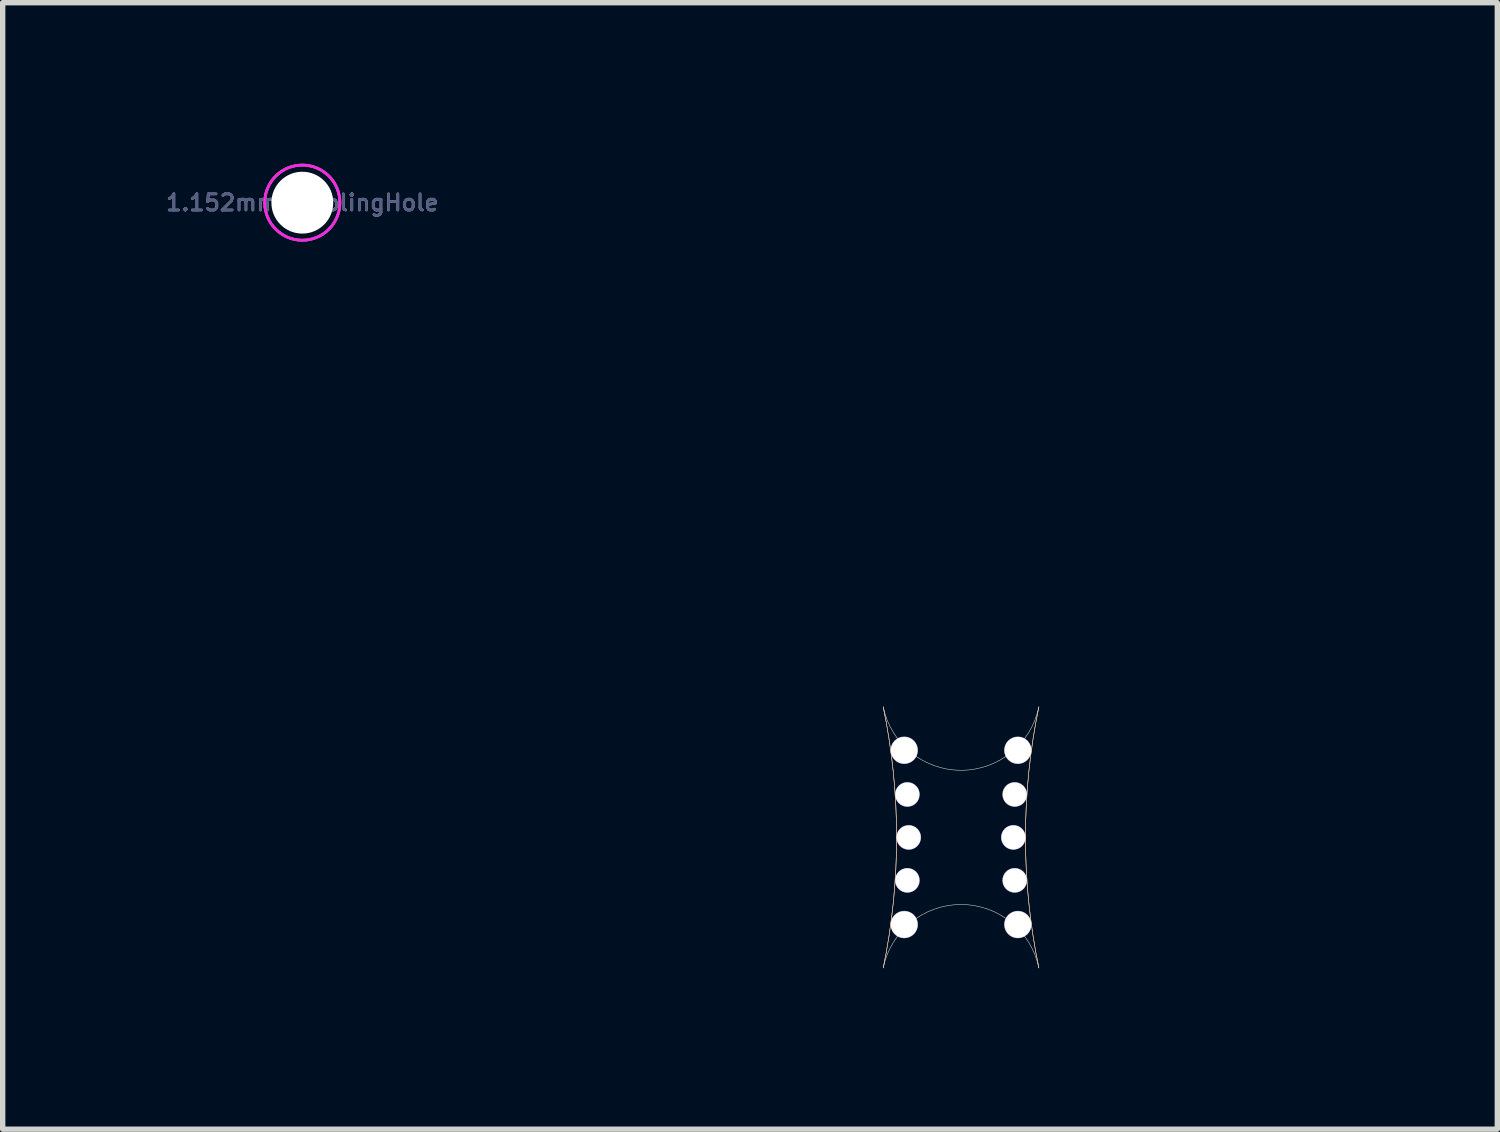
<source format=kicad_pcb>
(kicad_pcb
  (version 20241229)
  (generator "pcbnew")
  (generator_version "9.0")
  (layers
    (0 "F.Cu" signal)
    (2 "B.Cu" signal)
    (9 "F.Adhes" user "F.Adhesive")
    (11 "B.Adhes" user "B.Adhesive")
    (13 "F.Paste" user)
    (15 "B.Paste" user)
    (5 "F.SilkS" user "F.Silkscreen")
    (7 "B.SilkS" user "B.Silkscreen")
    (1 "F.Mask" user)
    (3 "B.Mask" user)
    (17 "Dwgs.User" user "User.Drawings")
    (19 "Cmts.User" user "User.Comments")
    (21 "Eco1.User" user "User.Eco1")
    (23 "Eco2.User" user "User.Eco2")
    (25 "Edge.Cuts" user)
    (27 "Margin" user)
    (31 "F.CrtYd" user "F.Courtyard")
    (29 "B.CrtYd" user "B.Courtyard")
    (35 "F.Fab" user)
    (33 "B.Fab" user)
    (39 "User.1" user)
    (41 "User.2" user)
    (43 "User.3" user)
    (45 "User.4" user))
  (footprint "24mm-roundTabs"
    (layer "F.Cu")
    (at 14.851 12.548)
    (property "Reference" "24mm-roundTabs" (at 0.15 -11.7 0) (unlocked yes) (layer "Eco2.User") (effects (font (size 1 1) (thickness 0.15))))
    (fp_arc (start -1.449 -2.43) (mid -1.200027 0) (end -1.449 2.43) (stroke (width 0.01) (type solid)) (layer "F.SilkS"))
    (fp_arc (start 1.449 2.43) (mid 1.200027 0) (end 1.449 -2.43) (stroke (width 0.01) (type solid)) (layer "F.SilkS"))
    (fp_arc (start -1.449 -2.43) (mid -1.200027 0) (end -1.449 2.43) (stroke (width 0.01) (type solid)) (layer "B.SilkS"))
    (fp_arc (start 1.449 2.43) (mid 1.200027 0) (end 1.449 -2.43) (stroke (width 0.01) (type solid)) (layer "B.SilkS"))
    (fp_arc (start -1.449002 2.429999) (mid -0.000001 1.250327) (end 1.449 2.43) (stroke (width 0.01) (type solid)) (layer "Edge.Cuts"))
    (fp_arc (start 1.449001 -2.429997) (mid -0.000002 -1.250327) (end -1.449002 -2.430001) (stroke (width 0.01) (type solid)) (layer "Edge.Cuts"))
    (pad "" np_thru_hole circle (at -1.058 -1.623) (size 0.51 0.51) (drill 0.5) (layers "*.Cu" "*.Mask"))
    (pad "" np_thru_hole circle (at -1.058 1.623) (size 0.51 0.51) (drill 0.5) (layers "*.Cu" "*.Mask"))
    (pad "" np_thru_hole circle (at -1 -0.8) (size 0.46 0.46) (drill 0.45) (layers "*.Cu" "*.Mask"))
    (pad "" np_thru_hole circle (at -1 0.8) (size 0.46 0.46) (drill 0.45) (layers "*.Cu" "*.Mask"))
    (pad "" np_thru_hole circle (at -0.975 0) (size 0.46 0.46) (drill 0.45) (layers "*.Cu" "*.Mask"))
    (pad "" np_thru_hole circle (at 0.975 0 180) (size 0.46 0.46) (drill 0.45) (layers "*.Cu" "*.Mask"))
    (pad "" np_thru_hole circle (at 1 -0.8 180) (size 0.46 0.46) (drill 0.45) (layers "*.Cu" "*.Mask"))
    (pad "" np_thru_hole circle (at 1 0.8 180) (size 0.46 0.46) (drill 0.45) (layers "*.Cu" "*.Mask"))
    (pad "" np_thru_hole circle (at 1.058 -1.623 180) (size 0.51 0.51) (drill 0.5) (layers "*.Cu" "*.Mask"))
    (pad "" np_thru_hole circle (at 1.058 1.623 180) (size 0.51 0.51) (drill 0.5) (layers "*.Cu" "*.Mask")))
  (footprint "1.152mm-ToolingHole"
    (layer "F.Cu")
    (at 2.581 0.725)
    (property "Reference" "1.152mm-ToolingHole" (at 0 0 0) (layer "Eco2.User") (effects (font (size 0.3 0.3) (thickness 0.05))))
    (attr through_hole)
    (fp_circle (center 0 0) (end 0.7 0) (stroke (width 0.05) (type solid)) (fill no) (layer "F.CrtYd"))
    (fp_circle (center 0 0) (end 0.7 0) (stroke (width 0.05) (type solid)) (fill no) (layer "B.Fab"))
    (fp_circle (center 0 0) (end 0.7 0) (stroke (width 0.05) (type solid)) (fill no) (layer "F.Fab"))
    (fp_text user "${REFERENCE}" (at 0 0 0) (layer "B.Fab") (effects (font (size 0.3 0.3) (thickness 0.05))))
    (fp_text user "${REFERENCE}" (at 0 0 0) (layer "F.Fab") (effects (font (size 0.3 0.3) (thickness 0.05))))
    (pad "" np_thru_hole circle (at 0 0) (size 1.152 1.152) (drill 1.152) (layers "*.Cu" "*.Mask"))
    (pad "" smd circle (at 0 0) (size 1.3 1.3) (layers "*.Paste" "*.Mask")))
  (gr_rect
    (start -3 -3)
    (end 24.84 17.983)
    (stroke (width 0.1) (type default))
    (fill no)
    (layer "Edge.Cuts")))
</source>
